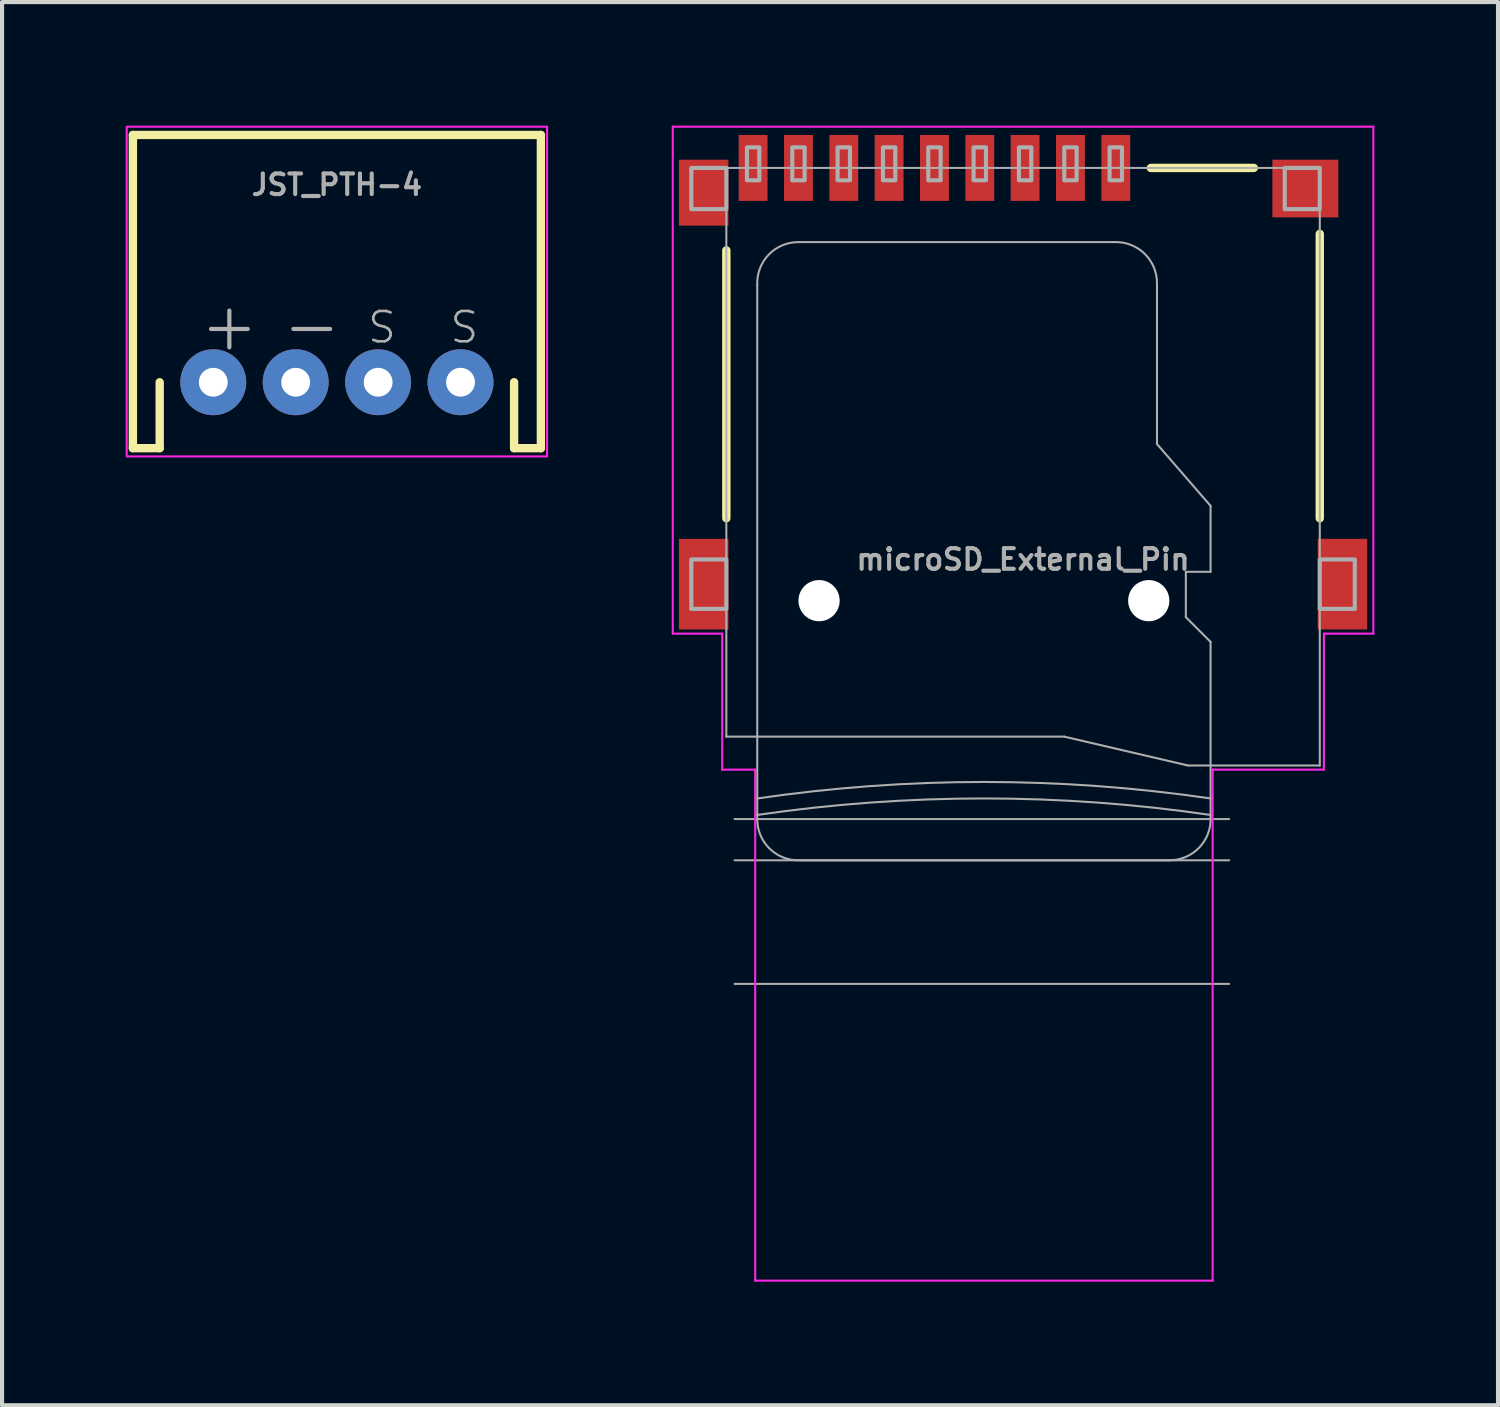
<source format=kicad_pcb>
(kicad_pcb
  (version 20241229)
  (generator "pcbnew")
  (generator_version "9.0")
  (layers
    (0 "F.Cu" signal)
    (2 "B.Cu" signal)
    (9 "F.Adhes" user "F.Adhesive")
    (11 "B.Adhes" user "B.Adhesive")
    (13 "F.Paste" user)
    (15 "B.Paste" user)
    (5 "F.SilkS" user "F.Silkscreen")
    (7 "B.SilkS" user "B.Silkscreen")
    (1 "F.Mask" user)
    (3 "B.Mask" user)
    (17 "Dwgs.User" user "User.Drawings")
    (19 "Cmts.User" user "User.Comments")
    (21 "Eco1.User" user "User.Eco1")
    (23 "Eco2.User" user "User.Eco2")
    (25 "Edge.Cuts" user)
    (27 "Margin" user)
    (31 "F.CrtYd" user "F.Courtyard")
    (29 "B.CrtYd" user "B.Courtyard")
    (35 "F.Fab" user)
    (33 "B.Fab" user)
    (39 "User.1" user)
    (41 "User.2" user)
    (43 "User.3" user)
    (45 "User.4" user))
  (footprint "JST_PTH-4"
    (layer "F.Cu")
    (at 5.125 6.225)
    (property "Reference" "JST_PTH-4" (at 0 -4.5 0) (layer "F.Fab") (effects (font (size 0.5 0.5) (thickness 0.1)) (justify bottom)))
    (fp_line (start -4.95 -6) (end 4.95 -6) (stroke (width 0.203) (type solid)) (layer "F.SilkS"))
    (fp_line (start -4.95 1.6) (end -4.95 -6) (stroke (width 0.203) (type solid)) (layer "F.SilkS"))
    (fp_line (start -4.95 1.6) (end -4.3 1.6) (stroke (width 0.203) (type solid)) (layer "F.SilkS"))
    (fp_line (start -4.3 1.6) (end -4.3 0) (stroke (width 0.203) (type solid)) (layer "F.SilkS"))
    (fp_line (start 4.3 1.6) (end 4.3 0) (stroke (width 0.203) (type solid)) (layer "F.SilkS"))
    (fp_line (start 4.95 -6) (end 4.95 1.6) (stroke (width 0.203) (type solid)) (layer "F.SilkS"))
    (fp_line (start 4.95 1.6) (end 4.3 1.6) (stroke (width 0.203) (type solid)) (layer "F.SilkS"))
    (fp_rect (start 5.1 -6.2) (end -5.1 1.8) (stroke (width 0.05) (type default)) (fill no) (layer "F.CrtYd"))
    (fp_text user "S" (at 0.7 -0.9 0) (layer "F.Fab") (effects (font (size 0.736 0.736) (thickness 0.064)) (justify left bottom)))
    (fp_text user "S" (at 2.7 -0.9 0) (layer "F.Fab") (effects (font (size 0.736 0.736) (thickness 0.064)) (justify left bottom)))
    (fp_text user "+" (at -3.4 -0.7 0) (layer "F.Fab") (effects (font (size 1.168 1.168) (thickness 0.102)) (justify left bottom)))
    (fp_text user "-" (at -1.4 -0.7 0) (layer "F.Fab") (effects (font (size 1.168 1.168) (thickness 0.102)) (justify left bottom)))
    (pad "1" thru_hole circle (at -3 0) (size 1.6 1.6) (drill 0.7) (layers "*.Cu" "*.Mask"))
    (pad "2" thru_hole circle (at -1 0) (size 1.6 1.6) (drill 0.7) (layers "*.Cu" "*.Mask"))
    (pad "3" thru_hole circle (at 1 0) (size 1.6 1.6) (drill 0.7) (layers "*.Cu" "*.Mask"))
    (pad "4" thru_hole circle (at 3 0) (size 1.6 1.6) (drill 0.7) (layers "*.Cu" "*.Mask")))
  (footprint "microSD_External_Pin"
    (layer "F.Cu")
    (at 21.775 11.525)
    (property "Reference" "microSD_External_Pin" (at 0 -1 0) (layer "F.Fab") (effects (font (size 0.5 0.5) (thickness 0.1))))
    (fp_line (start -7.2 -2) (end -7.2 -8.5) (stroke (width 0.203) (type solid)) (layer "F.SilkS"))
    (fp_line (start 3.1 -10.5) (end 5.6 -10.5) (stroke (width 0.203) (type solid)) (layer "F.SilkS"))
    (fp_line (start 7.2 -8.9) (end 7.2 -2) (stroke (width 0.203) (type solid)) (layer "F.SilkS"))
    (fp_line (start -8.5 -11.5) (end 8.5 -11.5) (stroke (width 0.05) (type default)) (layer "F.CrtYd"))
    (fp_line (start -8.5 0.8) (end -8.5 -11.5) (stroke (width 0.05) (type default)) (layer "F.CrtYd"))
    (fp_line (start -7.3 0.8) (end -8.5 0.8) (stroke (width 0.05) (type default)) (layer "F.CrtYd"))
    (fp_line (start -7.3 4.1) (end -7.3 0.8) (stroke (width 0.05) (type default)) (layer "F.CrtYd"))
    (fp_line (start -6.5 4.1) (end -7.3 4.1) (stroke (width 0.05) (type default)) (layer "F.CrtYd"))
    (fp_line (start -6.5 16.5) (end -6.5 4.1) (stroke (width 0.05) (type default)) (layer "F.CrtYd"))
    (fp_line (start 4.6 4.1) (end 4.6 16.5) (stroke (width 0.05) (type default)) (layer "F.CrtYd"))
    (fp_line (start 4.6 16.5) (end -6.5 16.5) (stroke (width 0.05) (type default)) (layer "F.CrtYd"))
    (fp_line (start 7.3 0.8) (end 7.3 4.1) (stroke (width 0.05) (type default)) (layer "F.CrtYd"))
    (fp_line (start 7.3 4.1) (end 4.6 4.1) (stroke (width 0.05) (type default)) (layer "F.CrtYd"))
    (fp_line (start 8.5 -11.5) (end 8.5 0.8) (stroke (width 0.05) (type default)) (layer "F.CrtYd"))
    (fp_line (start 8.5 0.8) (end 7.3 0.8) (stroke (width 0.05) (type default)) (layer "F.CrtYd"))
    (fp_line (start -7.2 -10.5) (end 7.2 -10.5) (stroke (width 0.05) (type solid)) (layer "F.Fab"))
    (fp_line (start -7.2 3.3) (end -7.2 -10.5) (stroke (width 0.05) (type solid)) (layer "F.Fab"))
    (fp_line (start -6.45 -7.66) (end -6.45 4.8) (stroke (width 0.05) (type solid)) (layer "F.Fab"))
    (fp_line (start -6.45 4.8) (end -6.45 5.2) (stroke (width 0.05) (type solid)) (layer "F.Fab"))
    (fp_line (start -6.45 5.2) (end -6.45 5.3) (stroke (width 0.05) (type solid)) (layer "F.Fab"))
    (fp_line (start -5.41 6.3) (end 3.55 6.3) (stroke (width 0.05) (type solid)) (layer "F.Fab"))
    (fp_line (start 1 3.3) (end -7.2 3.3) (stroke (width 0.05) (type solid)) (layer "F.Fab"))
    (fp_line (start 2.21 -8.7) (end -5.45 -8.7) (stroke (width 0.05) (type solid)) (layer "F.Fab"))
    (fp_line (start 3.25 -3.8) (end 3.25 -7.7) (stroke (width 0.05) (type solid)) (layer "F.Fab"))
    (fp_line (start 3.95 -0.7) (end 3.95 0.4) (stroke (width 0.05) (type solid)) (layer "F.Fab"))
    (fp_line (start 3.95 0.4) (end 4.55 1) (stroke (width 0.05) (type solid)) (layer "F.Fab"))
    (fp_line (start 4 4) (end 1 3.3) (stroke (width 0.05) (type solid)) (layer "F.Fab"))
    (fp_line (start 4.55 -2.3) (end 3.25 -3.8) (stroke (width 0.05) (type solid)) (layer "F.Fab"))
    (fp_line (start 4.55 -0.7) (end 3.95 -0.7) (stroke (width 0.05) (type solid)) (layer "F.Fab"))
    (fp_line (start 4.55 -0.7) (end 4.55 -2.3) (stroke (width 0.05) (type solid)) (layer "F.Fab"))
    (fp_line (start 4.55 4.8) (end 4.55 1) (stroke (width 0.05) (type solid)) (layer "F.Fab"))
    (fp_line (start 4.55 5.2) (end 4.55 4.8) (stroke (width 0.05) (type solid)) (layer "F.Fab"))
    (fp_line (start 4.55 5.26) (end 4.55 5.2) (stroke (width 0.05) (type solid)) (layer "F.Fab"))
    (fp_line (start 5 5.3) (end -7 5.3) (stroke (width 0.05) (type solid)) (layer "F.Fab"))
    (fp_line (start 5 6.3) (end -7 6.3) (stroke (width 0.05) (type solid)) (layer "F.Fab"))
    (fp_line (start 5 9.3) (end -7 9.3) (stroke (width 0.05) (type solid)) (layer "F.Fab"))
    (fp_line (start 7.2 -10.5) (end 7.2 4) (stroke (width 0.05) (type solid)) (layer "F.Fab"))
    (fp_line (start 7.2 4) (end 4 4) (stroke (width 0.05) (type solid)) (layer "F.Fab"))
    (fp_arc (start -6.45 -7.66) (mid -6.173012 -8.394435) (end -5.449999 -8.7) (stroke (width 0.05) (type solid)) (layer "F.Fab"))
    (fp_arc (start -6.45 4.8) (mid -0.95 4.399862) (end 4.55 4.8) (stroke (width 0.05) (type solid)) (layer "F.Fab"))
    (fp_arc (start -6.45 5.2) (mid -0.95 4.799862) (end 4.55 5.2) (stroke (width 0.05) (type solid)) (layer "F.Fab"))
    (fp_arc (start -5.41 6.3) (mid -6.144435 6.023012) (end -6.45 5.299999) (stroke (width 0.05) (type solid)) (layer "F.Fab"))
    (fp_arc (start 2.21 -8.7) (mid 2.944435 -8.423012) (end 3.25 -7.699999) (stroke (width 0.05) (type solid)) (layer "F.Fab"))
    (fp_arc (start 4.55 5.26) (mid 4.273012 5.994435) (end 3.549999 6.3) (stroke (width 0.05) (type solid)) (layer "F.Fab"))
    (fp_poly (pts (xy -8.05 -9.5) (xy -7.2 -9.5) (xy -7.2 -10.5) (xy -8.05 -10.5)) (stroke (width 0.1) (type default)) (fill no) (layer "F.Fab"))
    (fp_poly (pts (xy -8.05 0.2) (xy -7.2 0.2) (xy -7.2 -1) (xy -8.05 -1)) (stroke (width 0.1) (type default)) (fill no) (layer "F.Fab"))
    (fp_poly (pts (xy -6.7 -10.2) (xy -6.4 -10.2) (xy -6.4 -11) (xy -6.7 -11)) (stroke (width 0.1) (type default)) (fill no) (layer "F.Fab"))
    (fp_poly (pts (xy -5.6 -10.2) (xy -5.3 -10.2) (xy -5.3 -11) (xy -5.6 -11)) (stroke (width 0.1) (type default)) (fill no) (layer "F.Fab"))
    (fp_poly (pts (xy -4.5 -10.2) (xy -4.2 -10.2) (xy -4.2 -11) (xy -4.5 -11)) (stroke (width 0.1) (type default)) (fill no) (layer "F.Fab"))
    (fp_poly (pts (xy -3.4 -10.2) (xy -3.1 -10.2) (xy -3.1 -11) (xy -3.4 -11)) (stroke (width 0.1) (type default)) (fill no) (layer "F.Fab"))
    (fp_poly (pts (xy -2.3 -10.2) (xy -2 -10.2) (xy -2 -11) (xy -2.3 -11)) (stroke (width 0.1) (type default)) (fill no) (layer "F.Fab"))
    (fp_poly (pts (xy -1.2 -10.2) (xy -0.9 -10.2) (xy -0.9 -11) (xy -1.2 -11)) (stroke (width 0.1) (type default)) (fill no) (layer "F.Fab"))
    (fp_poly (pts (xy -0.1 -10.2) (xy 0.2 -10.2) (xy 0.2 -11) (xy -0.1 -11)) (stroke (width 0.1) (type default)) (fill no) (layer "F.Fab"))
    (fp_poly (pts (xy 1 -10.2) (xy 1.3 -10.2) (xy 1.3 -11) (xy 1 -11)) (stroke (width 0.1) (type default)) (fill no) (layer "F.Fab"))
    (fp_poly (pts (xy 2.1 -10.2) (xy 2.4 -10.2) (xy 2.4 -11) (xy 2.1 -11)) (stroke (width 0.1) (type default)) (fill no) (layer "F.Fab"))
    (fp_poly (pts (xy 6.35 -9.5) (xy 7.2 -9.5) (xy 7.2 -10.5) (xy 6.35 -10.5)) (stroke (width 0.1) (type default)) (fill no) (layer "F.Fab"))
    (fp_poly (pts (xy 8.05 -1) (xy 7.2 -1) (xy 7.2 0.2) (xy 8.05 0.2)) (stroke (width 0.1) (type default)) (fill no) (layer "F.Fab"))
    (pad "" np_thru_hole circle (at -4.95 0) (size 1 1) (drill 1) (layers "*.Cu" "*.Mask"))
    (pad "" np_thru_hole circle (at 3.05 0) (size 1 1) (drill 1) (layers "*.Cu" "*.Mask"))
    (pad "1" smd rect (at 2.25 -10.5 90) (size 1.6 0.7) (layers "F.Cu" "F.Mask" "F.Paste"))
    (pad "2" smd rect (at 1.15 -10.5 90) (size 1.6 0.7) (layers "F.Cu" "F.Mask" "F.Paste"))
    (pad "3" smd rect (at 0.05 -10.5 90) (size 1.6 0.7) (layers "F.Cu" "F.Mask" "F.Paste"))
    (pad "4" smd rect (at -1.05 -10.5 90) (size 1.6 0.7) (layers "F.Cu" "F.Mask" "F.Paste"))
    (pad "5" smd rect (at -2.15 -10.5 90) (size 1.6 0.7) (layers "F.Cu" "F.Mask" "F.Paste"))
    (pad "6" smd rect (at -3.25 -10.5 90) (size 1.6 0.7) (layers "F.Cu" "F.Mask" "F.Paste"))
    (pad "7" smd rect (at -4.35 -10.5 90) (size 1.6 0.7) (layers "F.Cu" "F.Mask" "F.Paste"))
    (pad "8" smd rect (at -5.45 -10.5 90) (size 1.6 0.7) (layers "F.Cu" "F.Mask" "F.Paste"))
    (pad "9" smd rect (at -6.55 -10.5 90) (size 1.6 0.7) (layers "F.Cu" "F.Mask" "F.Paste"))
    (pad "10" smd rect (at -7.75 -9.9) (size 1.2 1.6) (layers "F.Cu" "F.Mask" "F.Paste"))
    (pad "11" smd rect (at -7.75 -0.4) (size 1.2 2.2) (layers "F.Cu" "F.Mask" "F.Paste"))
    (pad "12" smd rect (at 7.75 -0.4) (size 1.2 2.2) (layers "F.Cu" "F.Mask" "F.Paste"))
    (pad "13" smd rect (at 6.85 -10) (size 1.6 1.4) (layers "F.Cu" "F.Mask" "F.Paste"))
    (zone (net_name "") (layer "F.Cu") (hatch edge 0.5) (connect_pads) (min_thickness 0.25) (filled_areas_thickness no) (keepout (tracks not_allowed) (vias not_allowed) (pads not_allowed) (copperpour not_allowed) (footprints allowed)) (placement (enabled no)) (fill) (polygon (pts (xy 14.075 6.825) (xy 14.775 6.825) (xy 14.775 2.825) (xy 14.075 2.825))))
    (zone (net_name "") (layer "F.Cu") (hatch edge 0.5) (connect_pads) (min_thickness 0.25) (filled_areas_thickness no) (keepout (tracks not_allowed) (vias not_allowed) (pads not_allowed) (copperpour not_allowed) (footprints allowed)) (placement (enabled no)) (fill) (polygon (pts (xy 15.675 7.425) (xy 24.675 7.425) (xy 24.675 5.425) (xy 15.675 5.425)))))
  (gr_rect
    (start -3 -3)
    (end 33.3 31.05)
    (stroke (width 0.1) (type default))
    (fill no)
    (layer "Edge.Cuts")))
</source>
